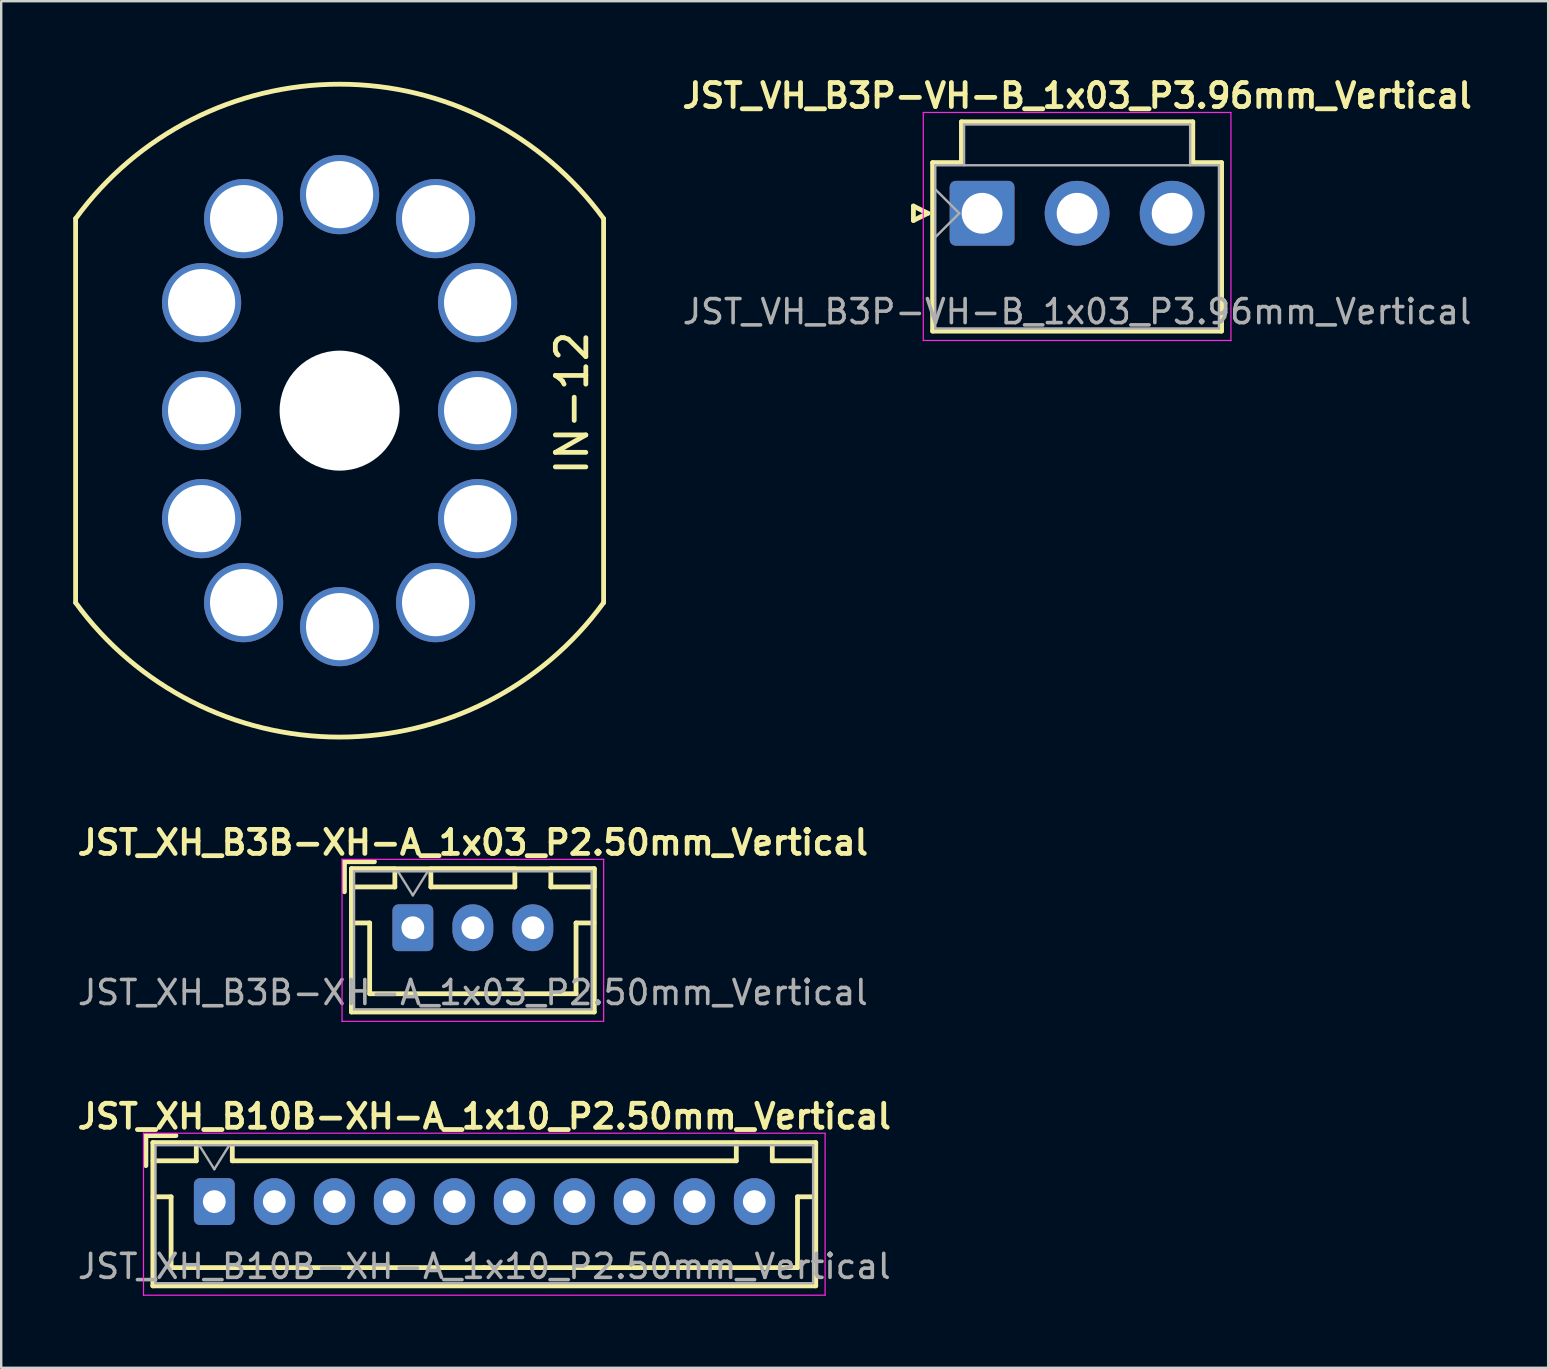
<source format=kicad_pcb>
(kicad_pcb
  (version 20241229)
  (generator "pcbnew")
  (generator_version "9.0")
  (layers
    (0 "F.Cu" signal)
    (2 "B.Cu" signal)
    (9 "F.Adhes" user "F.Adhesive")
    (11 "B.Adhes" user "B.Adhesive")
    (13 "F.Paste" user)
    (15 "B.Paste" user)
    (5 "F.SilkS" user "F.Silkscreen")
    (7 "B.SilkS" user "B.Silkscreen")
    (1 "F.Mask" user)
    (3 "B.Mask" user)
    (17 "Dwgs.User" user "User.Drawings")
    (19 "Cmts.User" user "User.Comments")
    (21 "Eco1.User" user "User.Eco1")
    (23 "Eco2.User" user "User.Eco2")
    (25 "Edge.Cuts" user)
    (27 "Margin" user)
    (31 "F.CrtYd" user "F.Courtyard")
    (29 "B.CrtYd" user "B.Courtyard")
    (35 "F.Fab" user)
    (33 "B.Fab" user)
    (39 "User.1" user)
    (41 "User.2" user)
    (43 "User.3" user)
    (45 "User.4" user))
  (footprint "JST_XH_B3B-XH-A_1x03_P2.50mm_Vertical"
    (layer "F.Cu")
    (at 14.152 35.606)
    (property "Reference" "JST_XH_B3B-XH-A_1x03_P2.50mm_Vertical" (at 2.5 -3.55 0) (layer "F.SilkS") (effects (font (size 1 1) (thickness 0.2))))
    (attr through_hole)
    (fp_line (start -2.85 -2.75) (end -2.85 -1.5) (stroke (width 0.2) (type solid)) (layer "F.SilkS"))
    (fp_line (start -2.56 -2.46) (end -2.56 3.51) (stroke (width 0.2) (type solid)) (layer "F.SilkS"))
    (fp_line (start -2.56 3.51) (end 7.56 3.51) (stroke (width 0.2) (type solid)) (layer "F.SilkS"))
    (fp_line (start -2.55 -2.45) (end -2.55 -1.7) (stroke (width 0.2) (type solid)) (layer "F.SilkS"))
    (fp_line (start -2.55 -1.7) (end -0.75 -1.7) (stroke (width 0.2) (type solid)) (layer "F.SilkS"))
    (fp_line (start -2.55 -0.2) (end -1.8 -0.2) (stroke (width 0.2) (type solid)) (layer "F.SilkS"))
    (fp_line (start -1.8 -0.2) (end -1.8 2.75) (stroke (width 0.2) (type solid)) (layer "F.SilkS"))
    (fp_line (start -1.8 2.75) (end 2.5 2.75) (stroke (width 0.2) (type solid)) (layer "F.SilkS"))
    (fp_line (start -1.6 -2.75) (end -2.85 -2.75) (stroke (width 0.2) (type solid)) (layer "F.SilkS"))
    (fp_line (start -0.75 -2.45) (end -2.55 -2.45) (stroke (width 0.2) (type solid)) (layer "F.SilkS"))
    (fp_line (start -0.75 -1.7) (end -0.75 -2.45) (stroke (width 0.2) (type solid)) (layer "F.SilkS"))
    (fp_line (start 0.75 -2.45) (end 0.75 -1.7) (stroke (width 0.2) (type solid)) (layer "F.SilkS"))
    (fp_line (start 0.75 -1.7) (end 4.25 -1.7) (stroke (width 0.2) (type solid)) (layer "F.SilkS"))
    (fp_line (start 4.25 -2.45) (end 0.75 -2.45) (stroke (width 0.2) (type solid)) (layer "F.SilkS"))
    (fp_line (start 4.25 -1.7) (end 4.25 -2.45) (stroke (width 0.2) (type solid)) (layer "F.SilkS"))
    (fp_line (start 5.75 -2.45) (end 5.75 -1.7) (stroke (width 0.2) (type solid)) (layer "F.SilkS"))
    (fp_line (start 5.75 -1.7) (end 7.55 -1.7) (stroke (width 0.2) (type solid)) (layer "F.SilkS"))
    (fp_line (start 6.8 -0.2) (end 6.8 2.75) (stroke (width 0.2) (type solid)) (layer "F.SilkS"))
    (fp_line (start 6.8 2.75) (end 2.5 2.75) (stroke (width 0.2) (type solid)) (layer "F.SilkS"))
    (fp_line (start 7.55 -2.45) (end 5.75 -2.45) (stroke (width 0.2) (type solid)) (layer "F.SilkS"))
    (fp_line (start 7.55 -1.7) (end 7.55 -2.45) (stroke (width 0.2) (type solid)) (layer "F.SilkS"))
    (fp_line (start 7.55 -0.2) (end 6.8 -0.2) (stroke (width 0.2) (type solid)) (layer "F.SilkS"))
    (fp_line (start 7.56 -2.46) (end -2.56 -2.46) (stroke (width 0.2) (type solid)) (layer "F.SilkS"))
    (fp_line (start 7.56 3.51) (end 7.56 -2.46) (stroke (width 0.2) (type solid)) (layer "F.SilkS"))
    (fp_line (start -2.95 -2.85) (end -2.95 3.9) (stroke (width 0.05) (type solid)) (layer "F.CrtYd"))
    (fp_line (start -2.95 3.9) (end 7.95 3.9) (stroke (width 0.05) (type solid)) (layer "F.CrtYd"))
    (fp_line (start 7.95 -2.85) (end -2.95 -2.85) (stroke (width 0.05) (type solid)) (layer "F.CrtYd"))
    (fp_line (start 7.95 3.9) (end 7.95 -2.85) (stroke (width 0.05) (type solid)) (layer "F.CrtYd"))
    (fp_line (start -2.45 -2.35) (end -2.45 3.4) (stroke (width 0.1) (type solid)) (layer "F.Fab"))
    (fp_line (start -2.45 3.4) (end 7.45 3.4) (stroke (width 0.1) (type solid)) (layer "F.Fab"))
    (fp_line (start -0.625 -2.35) (end 0 -1.35) (stroke (width 0.1) (type solid)) (layer "F.Fab"))
    (fp_line (start 0 -1.35) (end 0.625 -2.35) (stroke (width 0.1) (type solid)) (layer "F.Fab"))
    (fp_line (start 7.45 -2.35) (end -2.45 -2.35) (stroke (width 0.1) (type solid)) (layer "F.Fab"))
    (fp_line (start 7.45 3.4) (end 7.45 -2.35) (stroke (width 0.1) (type solid)) (layer "F.Fab"))
    (fp_text user "${REFERENCE}" (at 2.5 2.7 0) (layer "F.Fab") (effects (font (size 1 1) (thickness 0.15))))
    (pad "1" thru_hole roundrect (at 0 0) (size 1.7 1.95) (drill 0.95) (layers "*.Cu" "*.Mask") (roundrect_rratio 0.147))
    (pad "2" thru_hole oval (at 2.5 0) (size 1.7 1.95) (drill 0.95) (layers "*.Cu" "*.Mask"))
    (pad "3" thru_hole oval (at 5 0) (size 1.7 1.95) (drill 0.95) (layers "*.Cu" "*.Mask")))
  (footprint "JST_VH_B3P-VH-B_1x03_P3.96mm_Vertical"
    (layer "F.Cu")
    (at 37.869 5.836)
    (property "Reference" "JST_VH_B3P-VH-B_1x03_P3.96mm_Vertical" (at 3.96 -4.9 0) (layer "F.SilkS") (effects (font (size 1 1) (thickness 0.2))))
    (attr through_hole)
    (fp_line (start -2.86 -0.3) (end -2.26 0) (stroke (width 0.2) (type solid)) (layer "F.SilkS"))
    (fp_line (start -2.86 0.3) (end -2.86 -0.3) (stroke (width 0.2) (type solid)) (layer "F.SilkS"))
    (fp_line (start -2.26 0) (end -2.86 0.3) (stroke (width 0.2) (type solid)) (layer "F.SilkS"))
    (fp_line (start -2.06 -2.11) (end -0.86 -2.11) (stroke (width 0.2) (type solid)) (layer "F.SilkS"))
    (fp_line (start -2.06 4.91) (end -2.06 -2.11) (stroke (width 0.2) (type solid)) (layer "F.SilkS"))
    (fp_line (start -0.86 -3.81) (end 8.78 -3.81) (stroke (width 0.2) (type solid)) (layer "F.SilkS"))
    (fp_line (start -0.86 -2.11) (end -0.86 -3.81) (stroke (width 0.2) (type solid)) (layer "F.SilkS"))
    (fp_line (start 8.78 -3.81) (end 8.78 -2.11) (stroke (width 0.2) (type solid)) (layer "F.SilkS"))
    (fp_line (start 8.78 -2.11) (end 9.98 -2.11) (stroke (width 0.2) (type solid)) (layer "F.SilkS"))
    (fp_line (start 9.98 -2.11) (end 9.98 4.91) (stroke (width 0.2) (type solid)) (layer "F.SilkS"))
    (fp_line (start 9.98 4.91) (end -2.06 4.91) (stroke (width 0.2) (type solid)) (layer "F.SilkS"))
    (fp_line (start -2.45 -4.2) (end -2.45 5.3) (stroke (width 0.05) (type solid)) (layer "F.CrtYd"))
    (fp_line (start -2.45 5.3) (end 10.37 5.3) (stroke (width 0.05) (type solid)) (layer "F.CrtYd"))
    (fp_line (start 10.37 -4.2) (end -2.45 -4.2) (stroke (width 0.05) (type solid)) (layer "F.CrtYd"))
    (fp_line (start 10.37 5.3) (end 10.37 -4.2) (stroke (width 0.05) (type solid)) (layer "F.CrtYd"))
    (fp_line (start -1.95 -2) (end -1.95 4.8) (stroke (width 0.1) (type solid)) (layer "F.Fab"))
    (fp_line (start -1.95 -1) (end -0.95 0) (stroke (width 0.1) (type solid)) (layer "F.Fab"))
    (fp_line (start -1.95 1) (end -0.95 0) (stroke (width 0.1) (type solid)) (layer "F.Fab"))
    (fp_line (start -1.95 4.8) (end 9.87 4.8) (stroke (width 0.1) (type solid)) (layer "F.Fab"))
    (fp_line (start -0.75 -3.7) (end 8.67 -3.7) (stroke (width 0.1) (type solid)) (layer "F.Fab"))
    (fp_line (start -0.75 -2) (end -0.75 -3.7) (stroke (width 0.1) (type solid)) (layer "F.Fab"))
    (fp_line (start 8.67 -3.7) (end 8.67 -2) (stroke (width 0.1) (type solid)) (layer "F.Fab"))
    (fp_line (start 9.87 -2) (end -1.95 -2) (stroke (width 0.1) (type solid)) (layer "F.Fab"))
    (fp_line (start 9.87 4.8) (end 9.87 -2) (stroke (width 0.1) (type solid)) (layer "F.Fab"))
    (fp_text user "${REFERENCE}" (at 3.96 4.1 0) (layer "F.Fab") (effects (font (size 1 1) (thickness 0.15))))
    (pad "1" thru_hole roundrect (at 0 0) (size 2.7 2.7) (drill 1.7) (layers "*.Cu" "*.Mask") (roundrect_rratio 0.093))
    (pad "2" thru_hole circle (at 3.96 0) (size 2.7 2.7) (drill 1.7) (layers "*.Cu" "*.Mask"))
    (pad "3" thru_hole circle (at 7.92 0) (size 2.7 2.7) (drill 1.7) (layers "*.Cu" "*.Mask")))
  (footprint "IN-12"
    (layer "F.Cu")
    (at 11.1 14.06)
    (property "Reference" "IN-12" (at 9.682 -0.318 90) (layer "F.SilkS") (effects (font (size 1.27 1.27) (thickness 0.2))))
    (attr exclude_from_pos_files exclude_from_bom)
    (fp_line (start -11 -8) (end -11 8) (stroke (width 0.2) (type solid)) (layer "F.SilkS"))
    (fp_line (start 11 -8) (end 11 8) (stroke (width 0.2) (type solid)) (layer "F.SilkS"))
    (fp_arc (start -10.993677 -8.008685) (mid 0.005372 -13.601468) (end 10.999999 -7.999999) (stroke (width 0.2) (type solid)) (layer "F.SilkS"))
    (fp_arc (start 10.993677 8.008685) (mid -0.005372 13.601468) (end -10.999999 7.999999) (stroke (width 0.2) (type solid)) (layer "F.SilkS"))
    (fp_line (start -11 -14) (end 11 -14) (stroke (width 0.12) (type solid)) (layer "Eco1.User"))
    (fp_line (start -11 14) (end -11 -14) (stroke (width 0.12) (type solid)) (layer "Eco1.User"))
    (fp_line (start 11 -14) (end 11 14) (stroke (width 0.12) (type solid)) (layer "Eco1.User"))
    (fp_line (start 11 14) (end -11 14) (stroke (width 0.12) (type solid)) (layer "Eco1.User"))
    (pad "" np_thru_hole circle (at 0 0) (size 4.999 4.999) (drill 4.999) (layers "*.Cu" "*.Mask"))
    (pad "1" thru_hole circle (at 4 8) (size 3.3 3.3) (drill 2.8) (layers "*.Cu" "*.Mask"))
    (pad "2" thru_hole circle (at 5.75 4.5) (size 3.3 3.3) (drill 2.8) (layers "*.Cu" "*.Mask"))
    (pad "3" thru_hole circle (at 5.75 0) (size 3.3 3.3) (drill 2.8) (layers "*.Cu" "*.Mask"))
    (pad "4" thru_hole circle (at 5.75 -4.5) (size 3.3 3.3) (drill 2.8) (layers "*.Cu" "*.Mask"))
    (pad "5" thru_hole circle (at 4 -8) (size 3.3 3.3) (drill 2.8) (layers "*.Cu" "*.Mask"))
    (pad "6" thru_hole circle (at 0 -9) (size 3.3 3.3) (drill 2.8) (layers "*.Cu" "*.Mask"))
    (pad "7" thru_hole circle (at -4 -8) (size 3.3 3.3) (drill 2.8) (layers "*.Cu" "*.Mask"))
    (pad "8" thru_hole circle (at -5.75 -4.5) (size 3.3 3.3) (drill 2.8) (layers "*.Cu" "*.Mask"))
    (pad "9" thru_hole circle (at -5.75 0) (size 3.3 3.3) (drill 2.8) (layers "*.Cu" "*.Mask"))
    (pad "10" thru_hole circle (at -5.75 4.5) (size 3.3 3.3) (drill 2.8) (layers "*.Cu" "*.Mask"))
    (pad "11" thru_hole circle (at -4 8) (size 3.3 3.3) (drill 2.8) (layers "*.Cu" "*.Mask"))
    (pad "12" thru_hole circle (at 0 9) (size 3.3 3.3) (drill 2.8) (layers "*.Cu" "*.Mask")))
  (footprint "JST_XH_B10B-XH-A_1x10_P2.50mm_Vertical"
    (layer "F.Cu")
    (at 5.879 47.017)
    (property "Reference" "JST_XH_B10B-XH-A_1x10_P2.50mm_Vertical" (at 11.25 -3.55 0) (layer "F.SilkS") (effects (font (size 1 1) (thickness 0.2))))
    (attr through_hole)
    (fp_line (start -2.85 -2.75) (end -2.85 -1.5) (stroke (width 0.2) (type solid)) (layer "F.SilkS"))
    (fp_line (start -2.56 -2.46) (end -2.56 3.51) (stroke (width 0.2) (type solid)) (layer "F.SilkS"))
    (fp_line (start -2.56 3.51) (end 25.06 3.51) (stroke (width 0.2) (type solid)) (layer "F.SilkS"))
    (fp_line (start -2.55 -2.45) (end -2.55 -1.7) (stroke (width 0.12) (type solid)) (layer "F.SilkS"))
    (fp_line (start -2.55 -1.7) (end -0.75 -1.7) (stroke (width 0.2) (type solid)) (layer "F.SilkS"))
    (fp_line (start -2.55 -0.2) (end -1.8 -0.2) (stroke (width 0.2) (type solid)) (layer "F.SilkS"))
    (fp_line (start -1.8 -0.2) (end -1.8 2.75) (stroke (width 0.2) (type solid)) (layer "F.SilkS"))
    (fp_line (start -1.8 2.75) (end 11.25 2.75) (stroke (width 0.2) (type solid)) (layer "F.SilkS"))
    (fp_line (start -1.6 -2.75) (end -2.85 -2.75) (stroke (width 0.2) (type solid)) (layer "F.SilkS"))
    (fp_line (start -0.75 -2.45) (end -2.55 -2.45) (stroke (width 0.12) (type solid)) (layer "F.SilkS"))
    (fp_line (start -0.75 -1.7) (end -0.75 -2.45) (stroke (width 0.2) (type solid)) (layer "F.SilkS"))
    (fp_line (start 0.75 -2.45) (end 0.75 -1.7) (stroke (width 0.2) (type solid)) (layer "F.SilkS"))
    (fp_line (start 0.75 -1.7) (end 21.75 -1.7) (stroke (width 0.2) (type solid)) (layer "F.SilkS"))
    (fp_line (start 21.75 -2.45) (end 0.75 -2.45) (stroke (width 0.12) (type solid)) (layer "F.SilkS"))
    (fp_line (start 21.75 -1.7) (end 21.75 -2.45) (stroke (width 0.2) (type solid)) (layer "F.SilkS"))
    (fp_line (start 23.25 -2.45) (end 23.25 -1.7) (stroke (width 0.2) (type solid)) (layer "F.SilkS"))
    (fp_line (start 23.25 -1.7) (end 25.05 -1.7) (stroke (width 0.2) (type solid)) (layer "F.SilkS"))
    (fp_line (start 24.3 -0.2) (end 24.3 2.75) (stroke (width 0.2) (type solid)) (layer "F.SilkS"))
    (fp_line (start 24.3 2.75) (end 11.25 2.75) (stroke (width 0.2) (type solid)) (layer "F.SilkS"))
    (fp_line (start 25.05 -2.45) (end 23.25 -2.45) (stroke (width 0.12) (type solid)) (layer "F.SilkS"))
    (fp_line (start 25.05 -1.7) (end 25.05 -2.45) (stroke (width 0.12) (type solid)) (layer "F.SilkS"))
    (fp_line (start 25.05 -0.2) (end 24.3 -0.2) (stroke (width 0.2) (type solid)) (layer "F.SilkS"))
    (fp_line (start 25.06 -2.46) (end -2.56 -2.46) (stroke (width 0.2) (type solid)) (layer "F.SilkS"))
    (fp_line (start 25.06 3.51) (end 25.06 -2.46) (stroke (width 0.2) (type solid)) (layer "F.SilkS"))
    (fp_line (start -2.95 -2.85) (end -2.95 3.9) (stroke (width 0.05) (type solid)) (layer "F.CrtYd"))
    (fp_line (start -2.95 3.9) (end 25.45 3.9) (stroke (width 0.05) (type solid)) (layer "F.CrtYd"))
    (fp_line (start 25.45 -2.85) (end -2.95 -2.85) (stroke (width 0.05) (type solid)) (layer "F.CrtYd"))
    (fp_line (start 25.45 3.9) (end 25.45 -2.85) (stroke (width 0.05) (type solid)) (layer "F.CrtYd"))
    (fp_line (start -2.45 -2.35) (end -2.45 3.4) (stroke (width 0.1) (type solid)) (layer "F.Fab"))
    (fp_line (start -2.45 3.4) (end 24.95 3.4) (stroke (width 0.1) (type solid)) (layer "F.Fab"))
    (fp_line (start -0.625 -2.35) (end 0 -1.35) (stroke (width 0.1) (type solid)) (layer "F.Fab"))
    (fp_line (start 0 -1.35) (end 0.625 -2.35) (stroke (width 0.1) (type solid)) (layer "F.Fab"))
    (fp_line (start 24.95 -2.35) (end -2.45 -2.35) (stroke (width 0.1) (type solid)) (layer "F.Fab"))
    (fp_line (start 24.95 3.4) (end 24.95 -2.35) (stroke (width 0.1) (type solid)) (layer "F.Fab"))
    (fp_text user "${REFERENCE}" (at 11.25 2.7 0) (layer "F.Fab") (effects (font (size 1 1) (thickness 0.15))))
    (pad "1" thru_hole roundrect (at 0 0) (size 1.7 1.95) (drill 0.95) (layers "*.Cu" "*.Mask") (roundrect_rratio 0.147))
    (pad "2" thru_hole oval (at 2.5 0) (size 1.7 1.95) (drill 0.95) (layers "*.Cu" "*.Mask"))
    (pad "3" thru_hole oval (at 5 0) (size 1.7 1.95) (drill 0.95) (layers "*.Cu" "*.Mask"))
    (pad "4" thru_hole oval (at 7.5 0) (size 1.7 1.95) (drill 0.95) (layers "*.Cu" "*.Mask"))
    (pad "5" thru_hole oval (at 10 0) (size 1.7 1.95) (drill 0.95) (layers "*.Cu" "*.Mask"))
    (pad "6" thru_hole oval (at 12.5 0) (size 1.7 1.95) (drill 0.95) (layers "*.Cu" "*.Mask"))
    (pad "7" thru_hole oval (at 15 0) (size 1.7 1.95) (drill 0.95) (layers "*.Cu" "*.Mask"))
    (pad "8" thru_hole oval (at 17.5 0) (size 1.7 1.95) (drill 0.95) (layers "*.Cu" "*.Mask"))
    (pad "9" thru_hole oval (at 20 0) (size 1.7 1.95) (drill 0.95) (layers "*.Cu" "*.Mask"))
    (pad "10" thru_hole oval (at 22.5 0) (size 1.7 1.95) (drill 0.95) (layers "*.Cu" "*.Mask")))
  (gr_rect
    (start -3 -3)
    (end 61.457 53.942)
    (stroke (width 0.1) (type default))
    (fill no)
    (layer "Edge.Cuts")))
</source>
